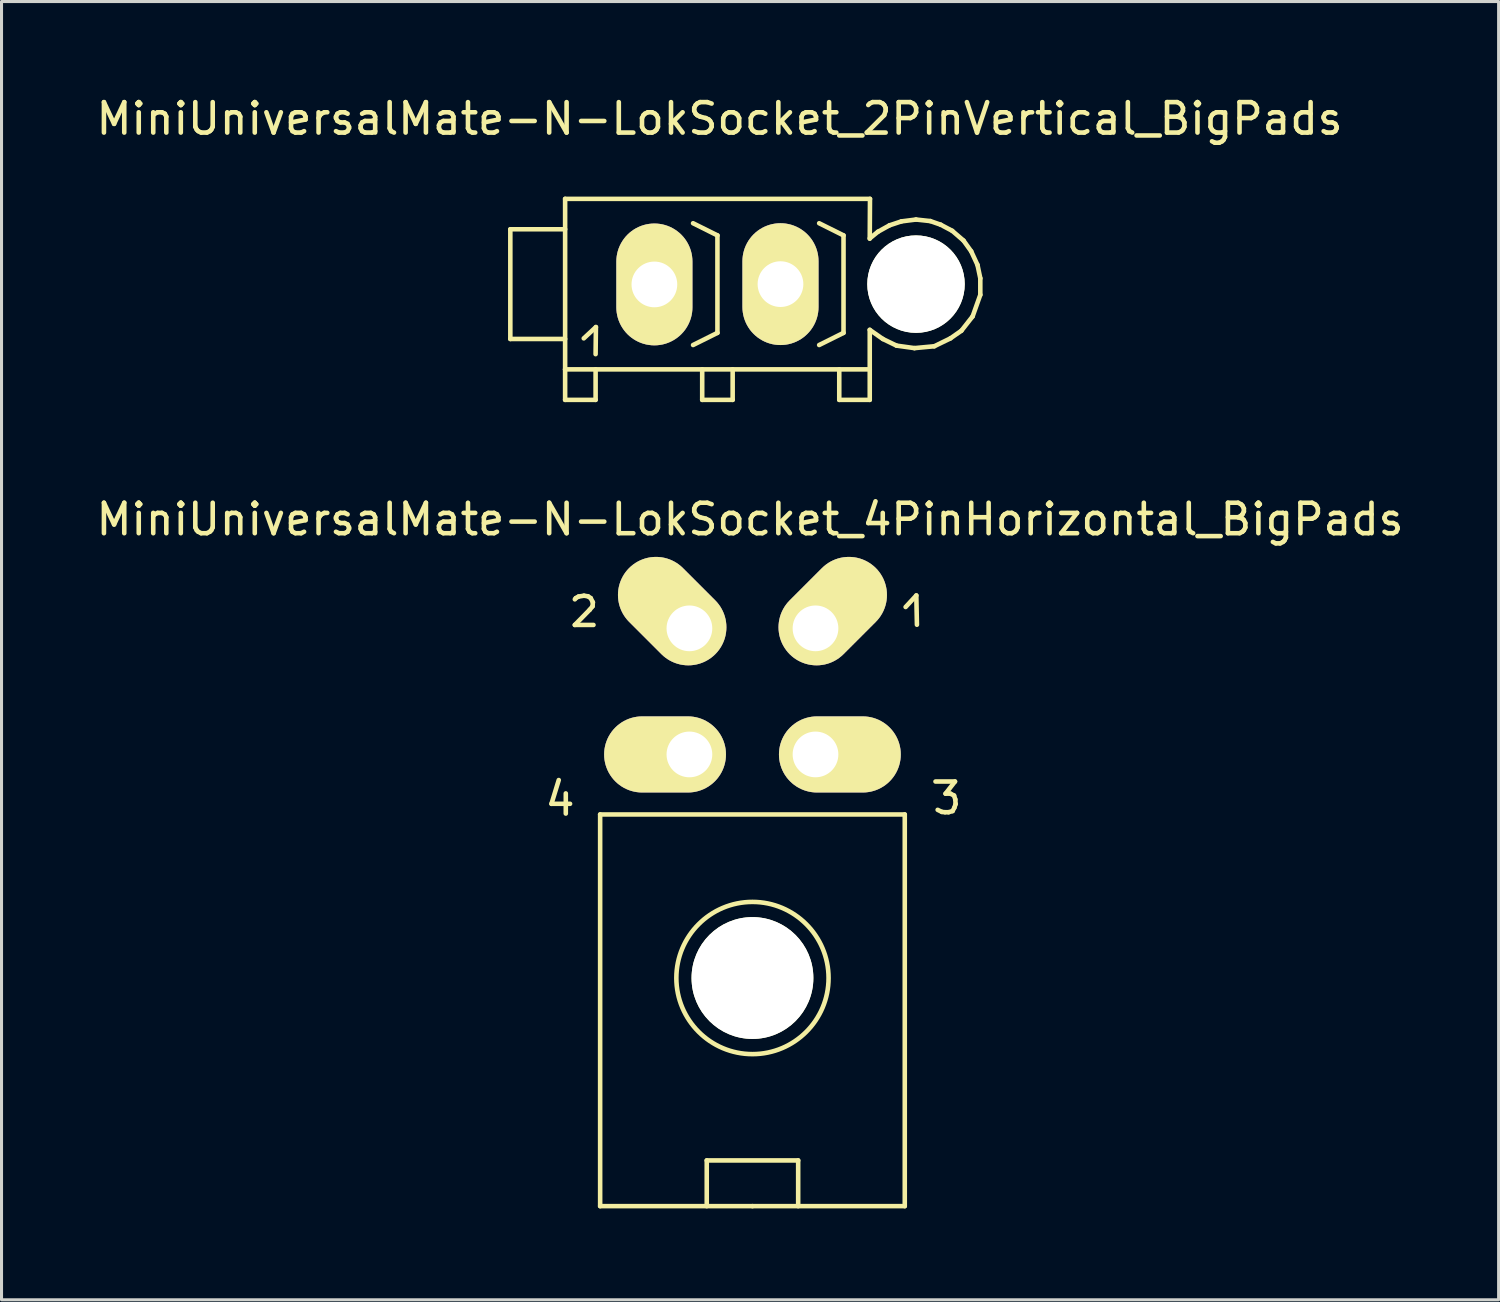
<source format=kicad_pcb>
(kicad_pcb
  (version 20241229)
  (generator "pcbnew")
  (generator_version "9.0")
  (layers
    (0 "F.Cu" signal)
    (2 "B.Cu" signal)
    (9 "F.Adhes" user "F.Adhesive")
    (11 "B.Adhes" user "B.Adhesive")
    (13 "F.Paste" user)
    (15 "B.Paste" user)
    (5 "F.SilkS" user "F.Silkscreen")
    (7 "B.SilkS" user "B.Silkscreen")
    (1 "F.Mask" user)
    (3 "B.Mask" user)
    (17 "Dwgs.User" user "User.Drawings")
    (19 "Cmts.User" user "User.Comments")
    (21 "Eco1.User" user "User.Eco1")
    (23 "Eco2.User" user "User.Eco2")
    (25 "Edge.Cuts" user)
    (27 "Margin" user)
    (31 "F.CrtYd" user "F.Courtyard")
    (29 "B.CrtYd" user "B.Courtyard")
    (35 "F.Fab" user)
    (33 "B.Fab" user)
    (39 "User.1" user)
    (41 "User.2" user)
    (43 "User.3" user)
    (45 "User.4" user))
  (footprint "MiniUniversalMate-N-LokSocket_2PinVertical_BigPads"
    (layer "F.Cu")
    (at 20.506 6.279)
    (property "Reference" "MiniUniversalMate-N-LokSocket_2PinVertical_BigPads" (at 0.071 -5.431 0) (layer "F.SilkS") (effects (font (size 1 1) (thickness 0.15))))
    (attr through_hole)
    (fp_line (start -6.8 -1.801) (end -6.8 1.801) (stroke (width 0.15) (type solid)) (layer "F.SilkS"))
    (fp_line (start -6.8 1.801) (end -5.001 1.801) (stroke (width 0.15) (type solid)) (layer "F.SilkS"))
    (fp_line (start -5.001 -2.799) (end -5.001 2.799) (stroke (width 0.15) (type solid)) (layer "F.SilkS"))
    (fp_line (start -5.001 -2.799) (end 5.009 -2.799) (stroke (width 0.15) (type solid)) (layer "F.SilkS"))
    (fp_line (start -5.001 -1.801) (end -6.8 -1.801) (stroke (width 0.15) (type solid)) (layer "F.SilkS"))
    (fp_line (start -5.001 2.799) (end -5.001 3.8) (stroke (width 0.15) (type solid)) (layer "F.SilkS"))
    (fp_line (start -5.001 2.799) (end 5.001 2.799) (stroke (width 0.15) (type solid)) (layer "F.SilkS"))
    (fp_line (start -5.001 3.8) (end -4 3.8) (stroke (width 0.15) (type solid)) (layer "F.SilkS"))
    (fp_line (start -4.389 1.781) (end -3.99 1.41) (stroke (width 0.15) (type solid)) (layer "F.SilkS"))
    (fp_line (start -4 3.8) (end -4 2.799) (stroke (width 0.15) (type solid)) (layer "F.SilkS"))
    (fp_line (start -3.99 1.41) (end -4 2.299) (stroke (width 0.15) (type solid)) (layer "F.SilkS"))
    (fp_line (start -0.5 3.8) (end -0.5 2.799) (stroke (width 0.15) (type solid)) (layer "F.SilkS"))
    (fp_line (start 0 -1.6) (end -0.8 -1.999) (stroke (width 0.15) (type solid)) (layer "F.SilkS"))
    (fp_line (start 0 -1.6) (end 0 1.6) (stroke (width 0.15) (type solid)) (layer "F.SilkS"))
    (fp_line (start 0 1.6) (end -0.8 1.999) (stroke (width 0.15) (type solid)) (layer "F.SilkS"))
    (fp_line (start 0.5 2.799) (end 0.5 3.8) (stroke (width 0.15) (type solid)) (layer "F.SilkS"))
    (fp_line (start 0.5 3.8) (end -0.5 3.8) (stroke (width 0.15) (type solid)) (layer "F.SilkS"))
    (fp_line (start 4 3.8) (end 4 2.799) (stroke (width 0.15) (type solid)) (layer "F.SilkS"))
    (fp_line (start 4.14 -1.6) (end 3.34 -1.999) (stroke (width 0.15) (type solid)) (layer "F.SilkS"))
    (fp_line (start 4.14 -1.6) (end 4.14 1.6) (stroke (width 0.15) (type solid)) (layer "F.SilkS"))
    (fp_line (start 4.14 1.6) (end 3.34 1.999) (stroke (width 0.15) (type solid)) (layer "F.SilkS"))
    (fp_line (start 5.001 -1.501) (end 5.271 -1.72) (stroke (width 0.15) (type solid)) (layer "F.SilkS"))
    (fp_line (start 5.001 2.799) (end 5.001 1.501) (stroke (width 0.15) (type solid)) (layer "F.SilkS"))
    (fp_line (start 5.001 2.799) (end 5.001 3.8) (stroke (width 0.15) (type solid)) (layer "F.SilkS"))
    (fp_line (start 5.001 3.8) (end 4 3.8) (stroke (width 0.15) (type solid)) (layer "F.SilkS"))
    (fp_line (start 5.009 -2.799) (end 5.001 -1.491) (stroke (width 0.15) (type solid)) (layer "F.SilkS"))
    (fp_line (start 5.271 -1.72) (end 5.649 -1.93) (stroke (width 0.15) (type solid)) (layer "F.SilkS"))
    (fp_line (start 5.431 1.801) (end 5.001 1.501) (stroke (width 0.15) (type solid)) (layer "F.SilkS"))
    (fp_line (start 5.649 -1.93) (end 6.04 -2.06) (stroke (width 0.15) (type solid)) (layer "F.SilkS"))
    (fp_line (start 5.88 2.019) (end 5.431 1.801) (stroke (width 0.15) (type solid)) (layer "F.SilkS"))
    (fp_line (start 6.04 -2.06) (end 6.52 -2.121) (stroke (width 0.15) (type solid)) (layer "F.SilkS"))
    (fp_line (start 6.469 2.101) (end 5.88 2.019) (stroke (width 0.15) (type solid)) (layer "F.SilkS"))
    (fp_line (start 6.52 -2.121) (end 6.99 -2.07) (stroke (width 0.15) (type solid)) (layer "F.SilkS"))
    (fp_line (start 6.99 -2.07) (end 7.33 -1.951) (stroke (width 0.15) (type solid)) (layer "F.SilkS"))
    (fp_line (start 7.12 2.04) (end 6.469 2.101) (stroke (width 0.15) (type solid)) (layer "F.SilkS"))
    (fp_line (start 7.33 -1.951) (end 7.709 -1.75) (stroke (width 0.15) (type solid)) (layer "F.SilkS"))
    (fp_line (start 7.65 1.781) (end 7.12 2.04) (stroke (width 0.15) (type solid)) (layer "F.SilkS"))
    (fp_line (start 7.709 -1.75) (end 8.08 -1.43) (stroke (width 0.15) (type solid)) (layer "F.SilkS"))
    (fp_line (start 8.011 1.529) (end 7.65 1.781) (stroke (width 0.15) (type solid)) (layer "F.SilkS"))
    (fp_line (start 8.08 -1.43) (end 8.331 -1.079) (stroke (width 0.15) (type solid)) (layer "F.SilkS"))
    (fp_line (start 8.331 -1.079) (end 8.539 -0.63) (stroke (width 0.15) (type solid)) (layer "F.SilkS"))
    (fp_line (start 8.379 1.059) (end 8.011 1.529) (stroke (width 0.15) (type solid)) (layer "F.SilkS"))
    (fp_line (start 8.539 -0.63) (end 8.631 -0.191) (stroke (width 0.15) (type solid)) (layer "F.SilkS"))
    (fp_line (start 8.631 -0.191) (end 8.631 0.351) (stroke (width 0.15) (type solid)) (layer "F.SilkS"))
    (fp_line (start 8.631 0.351) (end 8.379 1.059) (stroke (width 0.15) (type solid)) (layer "F.SilkS"))
    (pad "" np_thru_hole circle (at 6.52 0) (size 3.2 3.2) (drill 3.2) (layers "*.Cu" "*.Mask" "F.SilkS"))
    (pad "1" thru_hole oval (at -2.07 0.01 90) (size 4 2.499) (drill 1.501) (layers "*.Cu" "*.Mask" "F.SilkS"))
    (pad "2" thru_hole oval (at 2.07 0 90) (size 4 2.499) (drill 1.501) (layers "*.Cu" "*.Mask" "F.SilkS")))
  (footprint "MiniUniversalMate-N-LokSocket_4PinHorizontal_BigPads"
    (layer "F.Cu")
    (at 21.656 19.651)
    (property "Reference" "MiniUniversalMate-N-LokSocket_4PinHorizontal_BigPads" (at -0.079 -5.649 0) (layer "F.SilkS") (effects (font (size 1 1) (thickness 0.15))))
    (attr through_hole)
    (fp_line (start -6.599 3.691) (end -5.989 3.691) (stroke (width 0.15) (type solid)) (layer "F.SilkS"))
    (fp_line (start -6.36 2.911) (end -6.599 3.691) (stroke (width 0.15) (type solid)) (layer "F.SilkS"))
    (fp_line (start -6.129 3.35) (end -6.129 4.011) (stroke (width 0.15) (type solid)) (layer "F.SilkS"))
    (fp_line (start -5.832 -3.023) (end -5.801 -3.063) (stroke (width 0.15) (type solid)) (layer "F.SilkS"))
    (fp_line (start -5.832 -2.182) (end -5.22 -2.182) (stroke (width 0.15) (type solid)) (layer "F.SilkS"))
    (fp_line (start -5.801 -3.063) (end -5.71 -3.114) (stroke (width 0.15) (type solid)) (layer "F.SilkS"))
    (fp_line (start -5.71 -3.114) (end -5.532 -3.142) (stroke (width 0.15) (type solid)) (layer "F.SilkS"))
    (fp_line (start -5.532 -3.142) (end -5.4 -3.122) (stroke (width 0.15) (type solid)) (layer "F.SilkS"))
    (fp_line (start -5.4 -3.122) (end -5.311 -3.063) (stroke (width 0.15) (type solid)) (layer "F.SilkS"))
    (fp_line (start -5.342 -2.682) (end -5.832 -2.182) (stroke (width 0.15) (type solid)) (layer "F.SilkS"))
    (fp_line (start -5.311 -3.063) (end -5.24 -2.924) (stroke (width 0.15) (type solid)) (layer "F.SilkS"))
    (fp_line (start -5.25 -2.794) (end -5.342 -2.682) (stroke (width 0.15) (type solid)) (layer "F.SilkS"))
    (fp_line (start -5.24 -2.924) (end -5.25 -2.794) (stroke (width 0.15) (type solid)) (layer "F.SilkS"))
    (fp_line (start -5.001 4.041) (end 5.001 4.041) (stroke (width 0.15) (type solid)) (layer "F.SilkS"))
    (fp_line (start -5.001 16.901) (end -5.001 4.041) (stroke (width 0.15) (type solid)) (layer "F.SilkS"))
    (fp_line (start -1.501 15.4) (end -1.501 16.901) (stroke (width 0.15) (type solid)) (layer "F.SilkS"))
    (fp_line (start 0 16.901) (end -5.001 16.901) (stroke (width 0.15) (type solid)) (layer "F.SilkS"))
    (fp_line (start 0 16.901) (end 5.001 16.901) (stroke (width 0.15) (type solid)) (layer "F.SilkS"))
    (fp_line (start 1.501 15.4) (end -1.501 15.4) (stroke (width 0.15) (type solid)) (layer "F.SilkS"))
    (fp_line (start 1.501 16.901) (end 1.501 15.4) (stroke (width 0.15) (type solid)) (layer "F.SilkS"))
    (fp_line (start 5.001 4.041) (end 5.001 16.901) (stroke (width 0.15) (type solid)) (layer "F.SilkS"))
    (fp_line (start 5.029 -2.771) (end 5.38 -3.15) (stroke (width 0.15) (type solid)) (layer "F.SilkS"))
    (fp_line (start 5.38 -3.15) (end 5.4 -2.189) (stroke (width 0.15) (type solid)) (layer "F.SilkS"))
    (fp_line (start 6.01 2.959) (end 6.65 2.959) (stroke (width 0.15) (type solid)) (layer "F.SilkS"))
    (fp_line (start 6.22 3.957) (end 6.081 3.889) (stroke (width 0.15) (type solid)) (layer "F.SilkS"))
    (fp_line (start 6.32 3.967) (end 6.22 3.957) (stroke (width 0.15) (type solid)) (layer "F.SilkS"))
    (fp_line (start 6.34 3.358) (end 6.5 3.358) (stroke (width 0.15) (type solid)) (layer "F.SilkS"))
    (fp_line (start 6.439 3.967) (end 6.32 3.967) (stroke (width 0.15) (type solid)) (layer "F.SilkS"))
    (fp_line (start 6.5 3.358) (end 6.619 3.419) (stroke (width 0.15) (type solid)) (layer "F.SilkS"))
    (fp_line (start 6.571 3.929) (end 6.439 3.967) (stroke (width 0.15) (type solid)) (layer "F.SilkS"))
    (fp_line (start 6.619 3.419) (end 6.66 3.548) (stroke (width 0.15) (type solid)) (layer "F.SilkS"))
    (fp_line (start 6.629 3.818) (end 6.571 3.929) (stroke (width 0.15) (type solid)) (layer "F.SilkS"))
    (fp_line (start 6.65 2.959) (end 6.34 3.358) (stroke (width 0.15) (type solid)) (layer "F.SilkS"))
    (fp_line (start 6.66 3.548) (end 6.67 3.698) (stroke (width 0.15) (type solid)) (layer "F.SilkS"))
    (fp_line (start 6.67 3.698) (end 6.629 3.818) (stroke (width 0.15) (type solid)) (layer "F.SilkS"))
    (fp_circle (center 0 9.411) (end 2.499 9.411) (stroke (width 0.15) (type solid)) (fill no) (layer "F.SilkS"))
    (pad "" np_thru_hole circle (at 0 9.411 90) (size 4 4) (drill 4) (layers "*.Cu" "*.Mask" "F.SilkS"))
    (pad "1" thru_hole oval (at 2.07 -2.07 45) (size 4 2.499) (drill 1.501 (offset 0.8 0)) (layers "*.Cu" "*.Mask" "F.SilkS"))
    (pad "2" thru_hole oval (at -2.07 -2.07 315) (size 4 2.499) (drill 1.501 (offset -0.8 0)) (layers "*.Cu" "*.Mask" "F.SilkS"))
    (pad "3" thru_hole oval (at 2.07 2.07) (size 4 2.499) (drill 1.501 (offset 0.8 0)) (layers "*.Cu" "*.Mask" "F.SilkS"))
    (pad "4" thru_hole oval (at -2.07 2.07) (size 4 2.499) (drill 1.501 (offset -0.8 0)) (layers "*.Cu" "*.Mask" "F.SilkS")))
  (gr_rect
    (start -3 -3)
    (end 46.155 39.627)
    (stroke (width 0.1) (type default))
    (fill no)
    (layer "Edge.Cuts")))
</source>
